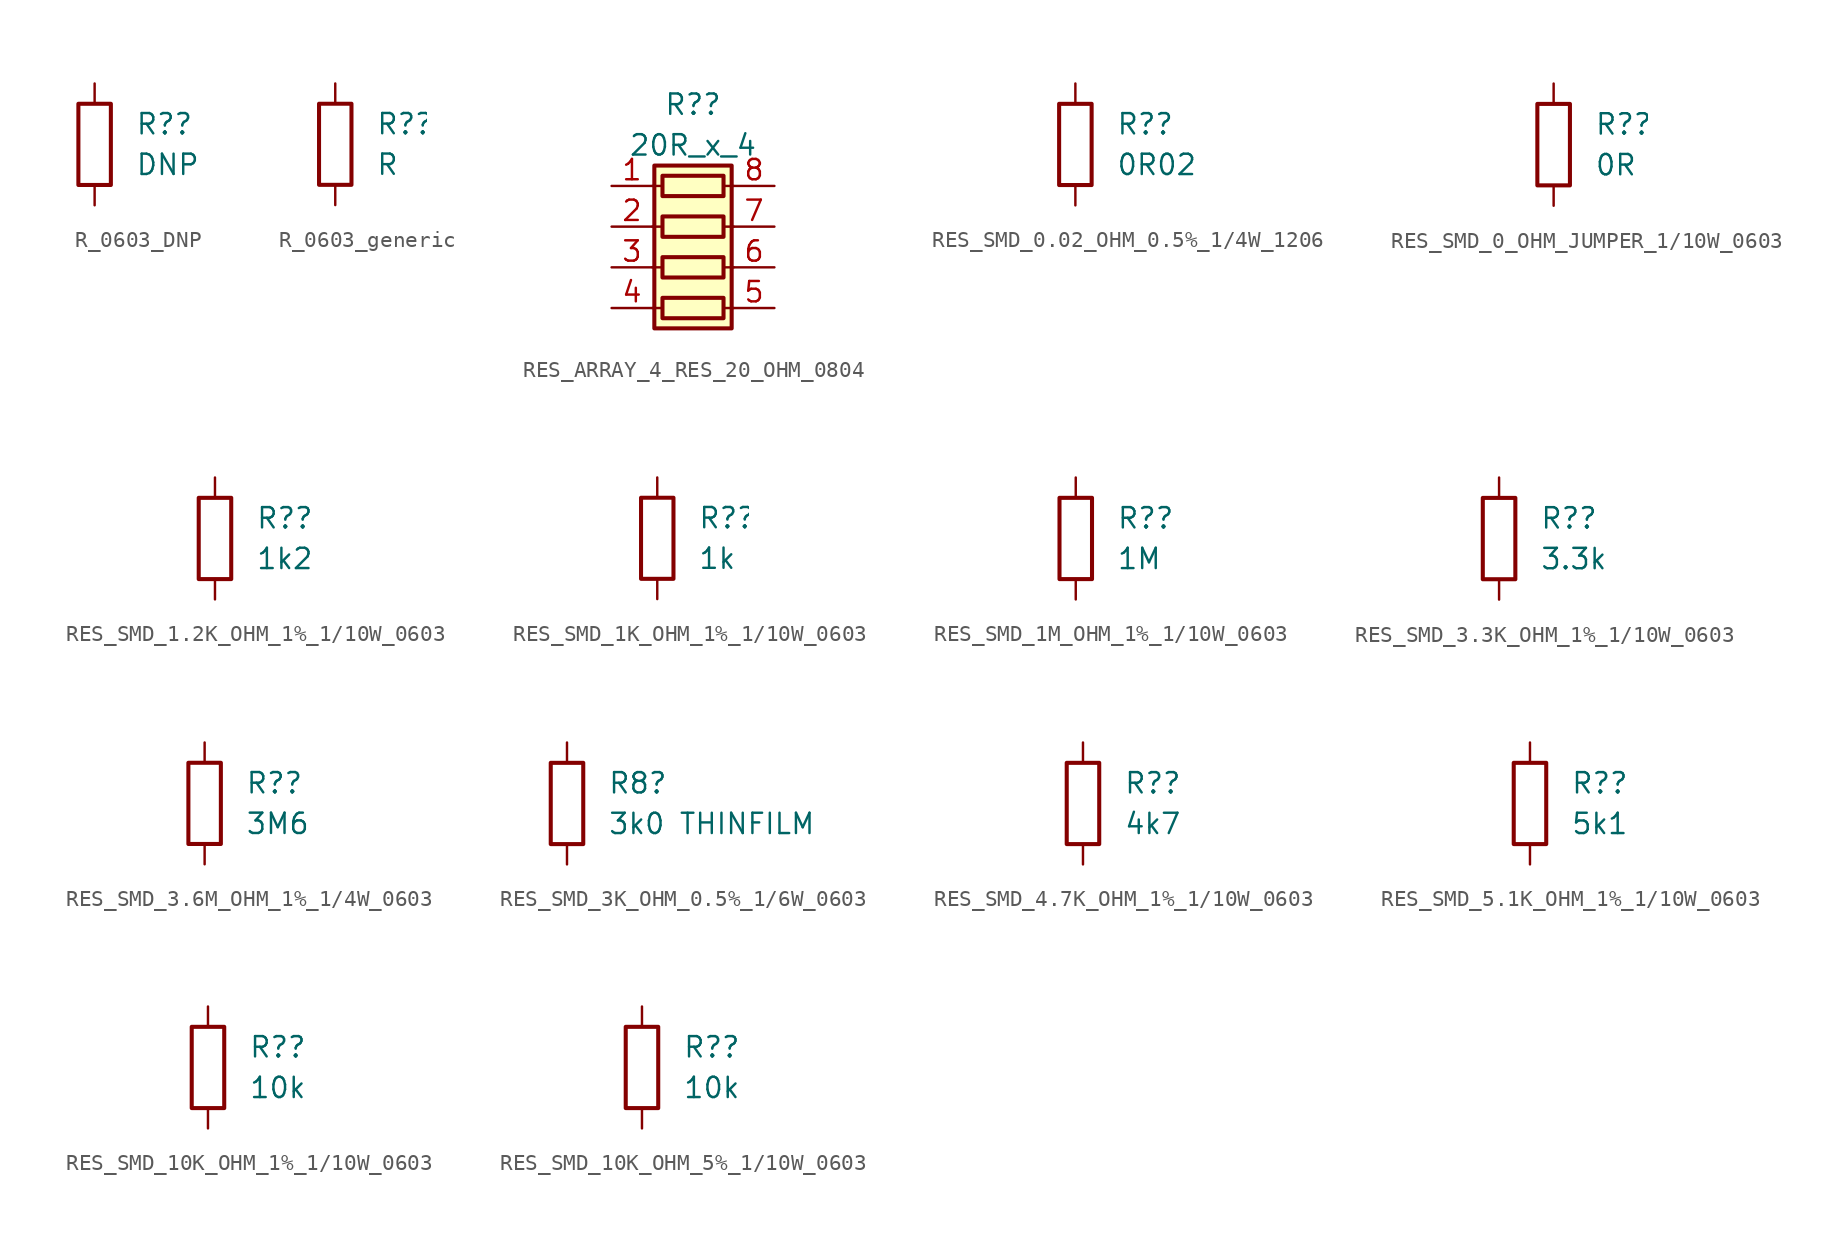
<source format=kicad_sym>
(kicad_symbol_lib
  (version 20220914)
  (generator kicad_symbol_editor)
  (symbol "R_0603_DNP"
    (pin_numbers hide)
    (pin_names
      (offset 0))
    (property "Reference" "R?"
      (at 2.54 1.27 0)
      (effects (font (size 1.27 1.27)) (justify left)))
    (property "Value" "DNP"
      (at 2.54 -1.27 0)
      (effects (font (size 1.27 1.27)) (justify left)))
    (symbol "R_0603_DNP_0_1"
      (rectangle (start -1.016 -2.54) (end 1.016 2.54) (stroke (width 0.254) (type default)) (fill (type none))))
    (symbol "R_0603_DNP_1_1"
      (pin passive line (at 0 3.81 270) (length 1.27) (name "~" (effects (font (size 1.27 1.27)))) (number "1" (effects (font (size 1.27 1.27)))))
      (pin passive line (at 0 -3.81 90) (length 1.27) (name "~" (effects (font (size 1.27 1.27)))) (number "2" (effects (font (size 1.27 1.27)))))))
  (symbol "R_0603_generic"
    (pin_numbers hide)
    (pin_names
      (offset 0))
    (property "Reference" "R?"
      (at 2.54 1.27 0)
      (effects (font (size 1.27 1.27)) (justify left)))
    (property "Value" "R"
      (at 2.54 -1.27 0)
      (effects (font (size 1.27 1.27)) (justify left)))
    (symbol "R_0603_generic_0_1"
      (rectangle (start -1.016 -2.54) (end 1.016 2.54) (stroke (width 0.254) (type default)) (fill (type none))))
    (symbol "R_0603_generic_1_1"
      (pin passive line (at 0 3.81 270) (length 1.27) (name "~" (effects (font (size 1.27 1.27)))) (number "1" (effects (font (size 1.27 1.27)))))
      (pin passive line (at 0 -3.81 90) (length 1.27) (name "~" (effects (font (size 1.27 1.27)))) (number "2" (effects (font (size 1.27 1.27)))))))
  (symbol "RES_ARRAY_4_RES_20_OHM_0804"
    (pin_names
      (offset 0.002) hide)
    (property "Reference" "R?"
      (at 0 8.89 0)
      (effects (font (size 1.27 1.27))))
    (property "Value" "20R_x_4"
      (at 0 6.35 0)
      (effects (font (size 1.27 1.27))))
    (symbol "RES_ARRAY_4_RES_20_OHM_0804_0_1"
      (rectangle (start -2.413 5.08) (end 2.413 -5.08) (stroke (width 0.254) (type default)) (fill (type background)))
      (polyline (pts (xy -2.54 -3.81) (xy -1.905 -3.81)) (stroke (width 0) (type default)) (fill (type none)))
      (polyline (pts (xy -2.54 -1.27) (xy -1.905 -1.27)) (stroke (width 0) (type default)) (fill (type none)))
      (polyline (pts (xy -2.54 1.27) (xy -1.905 1.27)) (stroke (width 0) (type default)) (fill (type none)))
      (polyline (pts (xy -2.54 3.81) (xy -1.905 3.81)) (stroke (width 0) (type default)) (fill (type none)))
      (polyline (pts (xy 1.905 -3.81) (xy 2.54 -3.81)) (stroke (width 0) (type default)) (fill (type none)))
      (polyline (pts (xy 1.905 -1.27) (xy 2.54 -1.27)) (stroke (width 0) (type default)) (fill (type none)))
      (polyline (pts (xy 1.905 1.27) (xy 2.54 1.27)) (stroke (width 0) (type default)) (fill (type none)))
      (polyline (pts (xy 1.905 3.81) (xy 2.54 3.81)) (stroke (width 0) (type default)) (fill (type none)))
      (rectangle (start 1.905 -3.175) (end -1.905 -4.445) (stroke (width 0.254) (type default)) (fill (type none)))
      (rectangle (start 1.905 -0.635) (end -1.905 -1.905) (stroke (width 0.254) (type default)) (fill (type none)))
      (rectangle (start 1.905 1.905) (end -1.905 0.635) (stroke (width 0.254) (type default)) (fill (type none)))
      (rectangle (start 1.905 4.445) (end -1.905 3.175) (stroke (width 0.254) (type default)) (fill (type none))))
    (symbol "RES_ARRAY_4_RES_20_OHM_0804_1_1"
      (pin passive line (at -5.08 3.81 0) (length 2.54) (name "R1.1" (effects (font (size 1.27 1.27)))) (number "1" (effects (font (size 1.27 1.27)))))
      (pin passive line (at -5.08 1.27 0) (length 2.54) (name "R2.1" (effects (font (size 1.27 1.27)))) (number "2" (effects (font (size 1.27 1.27)))))
      (pin passive line (at -5.08 -1.27 0) (length 2.54) (name "R3.1" (effects (font (size 1.27 1.27)))) (number "3" (effects (font (size 1.27 1.27)))))
      (pin passive line (at -5.08 -3.81 0) (length 2.54) (name "R4.1" (effects (font (size 1.27 1.27)))) (number "4" (effects (font (size 1.27 1.27)))))
      (pin passive line (at 5.08 -3.81 180) (length 2.54) (name "R4.2" (effects (font (size 1.27 1.27)))) (number "5" (effects (font (size 1.27 1.27)))))
      (pin passive line (at 5.08 -1.27 180) (length 2.54) (name "R3.2" (effects (font (size 1.27 1.27)))) (number "6" (effects (font (size 1.27 1.27)))))
      (pin passive line (at 5.08 1.27 180) (length 2.54) (name "R2.2" (effects (font (size 1.27 1.27)))) (number "7" (effects (font (size 1.27 1.27)))))
      (pin passive line (at 5.08 3.81 180) (length 2.54) (name "R1.2" (effects (font (size 1.27 1.27)))) (number "8" (effects (font (size 1.27 1.27)))))))
  (symbol "RES_SMD_0.02_OHM_0.5%_1/4W_1206"
    (pin_numbers hide)
    (pin_names
      (offset 0))
    (property "Reference" "R?"
      (at 2.54 1.27 0)
      (effects (font (size 1.27 1.27)) (justify left)))
    (property "Value" "0R02"
      (at 2.54 -1.27 0)
      (effects (font (size 1.27 1.27)) (justify left)))
    (symbol "RES_SMD_0.02_OHM_0.5%_1/4W_1206_0_1"
      (rectangle (start -1.016 -2.54) (end 1.016 2.54) (stroke (width 0.254) (type default)) (fill (type none))))
    (symbol "RES_SMD_0.02_OHM_0.5%_1/4W_1206_1_1"
      (pin passive line (at 0 3.81 270) (length 1.27) (name "~" (effects (font (size 1.27 1.27)))) (number "1" (effects (font (size 1.27 1.27)))))
      (pin passive line (at 0 -3.81 90) (length 1.27) (name "~" (effects (font (size 1.27 1.27)))) (number "2" (effects (font (size 1.27 1.27)))))))
  (symbol "RES_SMD_0_OHM_JUMPER_1/10W_0603"
    (pin_numbers hide)
    (pin_names
      (offset 0))
    (property "Reference" "R?"
      (at 2.54 1.27 0)
      (effects (font (size 1.27 1.27)) (justify left)))
    (property "Value" "0R"
      (at 2.54 -1.27 0)
      (effects (font (size 1.27 1.27)) (justify left)))
    (symbol "RES_SMD_0_OHM_JUMPER_1/10W_0603_0_1"
      (rectangle (start -1.016 -2.54) (end 1.016 2.54) (stroke (width 0.254) (type default)) (fill (type none))))
    (symbol "RES_SMD_0_OHM_JUMPER_1/10W_0603_1_1"
      (pin passive line (at 0 3.81 270) (length 1.27) (name "~" (effects (font (size 1.27 1.27)))) (number "1" (effects (font (size 1.27 1.27)))))
      (pin passive line (at 0 -3.81 90) (length 1.27) (name "~" (effects (font (size 1.27 1.27)))) (number "2" (effects (font (size 1.27 1.27)))))))
  (symbol "RES_SMD_1.2K_OHM_1%_1/10W_0603"
    (pin_numbers hide)
    (pin_names
      (offset 0))
    (property "Reference" "R?"
      (at 2.54 1.27 0)
      (effects (font (size 1.27 1.27)) (justify left)))
    (property "Value" "1k2"
      (at 2.54 -1.27 0)
      (effects (font (size 1.27 1.27)) (justify left)))
    (symbol "RES_SMD_1.2K_OHM_1%_1/10W_0603_0_1"
      (rectangle (start -1.016 -2.54) (end 1.016 2.54) (stroke (width 0.254) (type default)) (fill (type none))))
    (symbol "RES_SMD_1.2K_OHM_1%_1/10W_0603_1_1"
      (pin passive line (at 0 3.81 270) (length 1.27) (name "~" (effects (font (size 1.27 1.27)))) (number "1" (effects (font (size 1.27 1.27)))))
      (pin passive line (at 0 -3.81 90) (length 1.27) (name "~" (effects (font (size 1.27 1.27)))) (number "2" (effects (font (size 1.27 1.27)))))))
  (symbol "RES_SMD_1K_OHM_1%_1/10W_0603"
    (pin_numbers hide)
    (pin_names
      (offset 0))
    (property "Reference" "R?"
      (at 2.54 1.27 0)
      (effects (font (size 1.27 1.27)) (justify left)))
    (property "Value" "1k"
      (at 2.54 -1.27 0)
      (effects (font (size 1.27 1.27)) (justify left)))
    (symbol "RES_SMD_1K_OHM_1%_1/10W_0603_0_1"
      (rectangle (start -1.016 -2.54) (end 1.016 2.54) (stroke (width 0.254) (type default)) (fill (type none))))
    (symbol "RES_SMD_1K_OHM_1%_1/10W_0603_1_1"
      (pin passive line (at 0 3.81 270) (length 1.27) (name "~" (effects (font (size 1.27 1.27)))) (number "1" (effects (font (size 1.27 1.27)))))
      (pin passive line (at 0 -3.81 90) (length 1.27) (name "~" (effects (font (size 1.27 1.27)))) (number "2" (effects (font (size 1.27 1.27)))))))
  (symbol "RES_SMD_1M_OHM_1%_1/10W_0603"
    (pin_numbers hide)
    (pin_names
      (offset 0))
    (property "Reference" "R?"
      (at 2.54 1.27 0)
      (effects (font (size 1.27 1.27)) (justify left)))
    (property "Value" "1M"
      (at 2.54 -1.27 0)
      (effects (font (size 1.27 1.27)) (justify left)))
    (symbol "RES_SMD_1M_OHM_1%_1/10W_0603_0_1"
      (rectangle (start -1.016 -2.54) (end 1.016 2.54) (stroke (width 0.254) (type default)) (fill (type none))))
    (symbol "RES_SMD_1M_OHM_1%_1/10W_0603_1_1"
      (pin passive line (at 0 3.81 270) (length 1.27) (name "~" (effects (font (size 1.27 1.27)))) (number "1" (effects (font (size 1.27 1.27)))))
      (pin passive line (at 0 -3.81 90) (length 1.27) (name "~" (effects (font (size 1.27 1.27)))) (number "2" (effects (font (size 1.27 1.27)))))))
  (symbol "RES_SMD_3.3K_OHM_1%_1/10W_0603"
    (pin_numbers hide)
    (pin_names
      (offset 0))
    (property "Reference" "R?"
      (at 2.54 1.27 0)
      (effects (font (size 1.27 1.27)) (justify left)))
    (property "Value" "3.3k"
      (at 2.54 -1.27 0)
      (effects (font (size 1.27 1.27)) (justify left)))
    (symbol "RES_SMD_3.3K_OHM_1%_1/10W_0603_0_1"
      (rectangle (start -1.016 -2.54) (end 1.016 2.54) (stroke (width 0.254) (type default)) (fill (type none))))
    (symbol "RES_SMD_3.3K_OHM_1%_1/10W_0603_1_1"
      (pin passive line (at 0 3.81 270) (length 1.27) (name "~" (effects (font (size 1.27 1.27)))) (number "1" (effects (font (size 1.27 1.27)))))
      (pin passive line (at 0 -3.81 90) (length 1.27) (name "~" (effects (font (size 1.27 1.27)))) (number "2" (effects (font (size 1.27 1.27)))))))
  (symbol "RES_SMD_3.6M_OHM_1%_1/4W_0603"
    (pin_numbers hide)
    (pin_names
      (offset 0))
    (property "Reference" "R?"
      (at 2.54 1.27 0)
      (effects (font (size 1.27 1.27)) (justify left)))
    (property "Value" "3M6"
      (at 2.54 -1.27 0)
      (effects (font (size 1.27 1.27)) (justify left)))
    (symbol "RES_SMD_3.6M_OHM_1%_1/4W_0603_0_1"
      (rectangle (start -1.016 -2.54) (end 1.016 2.54) (stroke (width 0.254) (type default)) (fill (type none))))
    (symbol "RES_SMD_3.6M_OHM_1%_1/4W_0603_1_1"
      (pin passive line (at 0 3.81 270) (length 1.27) (name "~" (effects (font (size 1.27 1.27)))) (number "1" (effects (font (size 1.27 1.27)))))
      (pin passive line (at 0 -3.81 90) (length 1.27) (name "~" (effects (font (size 1.27 1.27)))) (number "2" (effects (font (size 1.27 1.27)))))))
  (symbol "RES_SMD_3K_OHM_0.5%_1/6W_0603"
    (pin_numbers hide)
    (pin_names
      (offset 0))
    (property "Reference" "R8"
      (at 2.54 1.27 0)
      (effects (font (size 1.27 1.27)) (justify left)))
    (property "Value" "3k0 THINFILM"
      (at 2.54 -1.27 0)
      (effects (font (size 1.27 1.27)) (justify left)))
    (symbol "RES_SMD_3K_OHM_0.5%_1/6W_0603_0_1"
      (rectangle (start -1.016 -2.54) (end 1.016 2.54) (stroke (width 0.254) (type default)) (fill (type none))))
    (symbol "RES_SMD_3K_OHM_0.5%_1/6W_0603_1_1"
      (pin passive line (at 0 3.81 270) (length 1.27) (name "~" (effects (font (size 1.27 1.27)))) (number "1" (effects (font (size 1.27 1.27)))))
      (pin passive line (at 0 -3.81 90) (length 1.27) (name "~" (effects (font (size 1.27 1.27)))) (number "2" (effects (font (size 1.27 1.27)))))))
  (symbol "RES_SMD_4.7K_OHM_1%_1/10W_0603"
    (pin_numbers hide)
    (pin_names
      (offset 0))
    (property "Reference" "R?"
      (at 2.54 1.27 0)
      (effects (font (size 1.27 1.27)) (justify left)))
    (property "Value" "4k7"
      (at 2.54 -1.27 0)
      (effects (font (size 1.27 1.27)) (justify left)))
    (symbol "RES_SMD_4.7K_OHM_1%_1/10W_0603_0_1"
      (rectangle (start -1.016 -2.54) (end 1.016 2.54) (stroke (width 0.254) (type default)) (fill (type none))))
    (symbol "RES_SMD_4.7K_OHM_1%_1/10W_0603_1_1"
      (pin passive line (at 0 3.81 270) (length 1.27) (name "~" (effects (font (size 1.27 1.27)))) (number "1" (effects (font (size 1.27 1.27)))))
      (pin passive line (at 0 -3.81 90) (length 1.27) (name "~" (effects (font (size 1.27 1.27)))) (number "2" (effects (font (size 1.27 1.27)))))))
  (symbol "RES_SMD_5.1K_OHM_1%_1/10W_0603"
    (pin_numbers hide)
    (pin_names
      (offset 0))
    (property "Reference" "R?"
      (at 2.54 1.27 0)
      (effects (font (size 1.27 1.27)) (justify left)))
    (property "Value" "5k1"
      (at 2.54 -1.27 0)
      (effects (font (size 1.27 1.27)) (justify left)))
    (symbol "RES_SMD_5.1K_OHM_1%_1/10W_0603_0_1"
      (rectangle (start -1.016 -2.54) (end 1.016 2.54) (stroke (width 0.254) (type default)) (fill (type none))))
    (symbol "RES_SMD_5.1K_OHM_1%_1/10W_0603_1_1"
      (pin passive line (at 0 3.81 270) (length 1.27) (name "~" (effects (font (size 1.27 1.27)))) (number "1" (effects (font (size 1.27 1.27)))))
      (pin passive line (at 0 -3.81 90) (length 1.27) (name "~" (effects (font (size 1.27 1.27)))) (number "2" (effects (font (size 1.27 1.27)))))))
  (symbol "RES_SMD_10K_OHM_1%_1/10W_0603"
    (pin_numbers hide)
    (pin_names
      (offset 0))
    (property "Reference" "R?"
      (at 2.54 1.27 0)
      (effects (font (size 1.27 1.27)) (justify left)))
    (property "Value" "10k"
      (at 2.54 -1.27 0)
      (effects (font (size 1.27 1.27)) (justify left)))
    (symbol "RES_SMD_10K_OHM_1%_1/10W_0603_0_1"
      (rectangle (start -1.016 -2.54) (end 1.016 2.54) (stroke (width 0.254) (type default)) (fill (type none))))
    (symbol "RES_SMD_10K_OHM_1%_1/10W_0603_1_1"
      (pin passive line (at 0 3.81 270) (length 1.27) (name "~" (effects (font (size 1.27 1.27)))) (number "1" (effects (font (size 1.27 1.27)))))
      (pin passive line (at 0 -3.81 90) (length 1.27) (name "~" (effects (font (size 1.27 1.27)))) (number "2" (effects (font (size 1.27 1.27)))))))
  (symbol "RES_SMD_10K_OHM_5%_1/10W_0603"
    (pin_numbers hide)
    (pin_names
      (offset 0))
    (property "Reference" "R?"
      (at 2.54 1.27 0)
      (effects (font (size 1.27 1.27)) (justify left)))
    (property "Value" "10k"
      (at 2.54 -1.27 0)
      (effects (font (size 1.27 1.27)) (justify left)))
    (symbol "RES_SMD_10K_OHM_5%_1/10W_0603_0_1"
      (rectangle (start -1.016 -2.54) (end 1.016 2.54) (stroke (width 0.254) (type default)) (fill (type none))))
    (symbol "RES_SMD_10K_OHM_5%_1/10W_0603_1_1"
      (pin passive line (at 0 3.81 270) (length 1.27) (name "~" (effects (font (size 1.27 1.27)))) (number "1" (effects (font (size 1.27 1.27)))))
      (pin passive line (at 0 -3.81 90) (length 1.27) (name "~" (effects (font (size 1.27 1.27)))) (number "2" (effects (font (size 1.27 1.27))))))))
</source>
